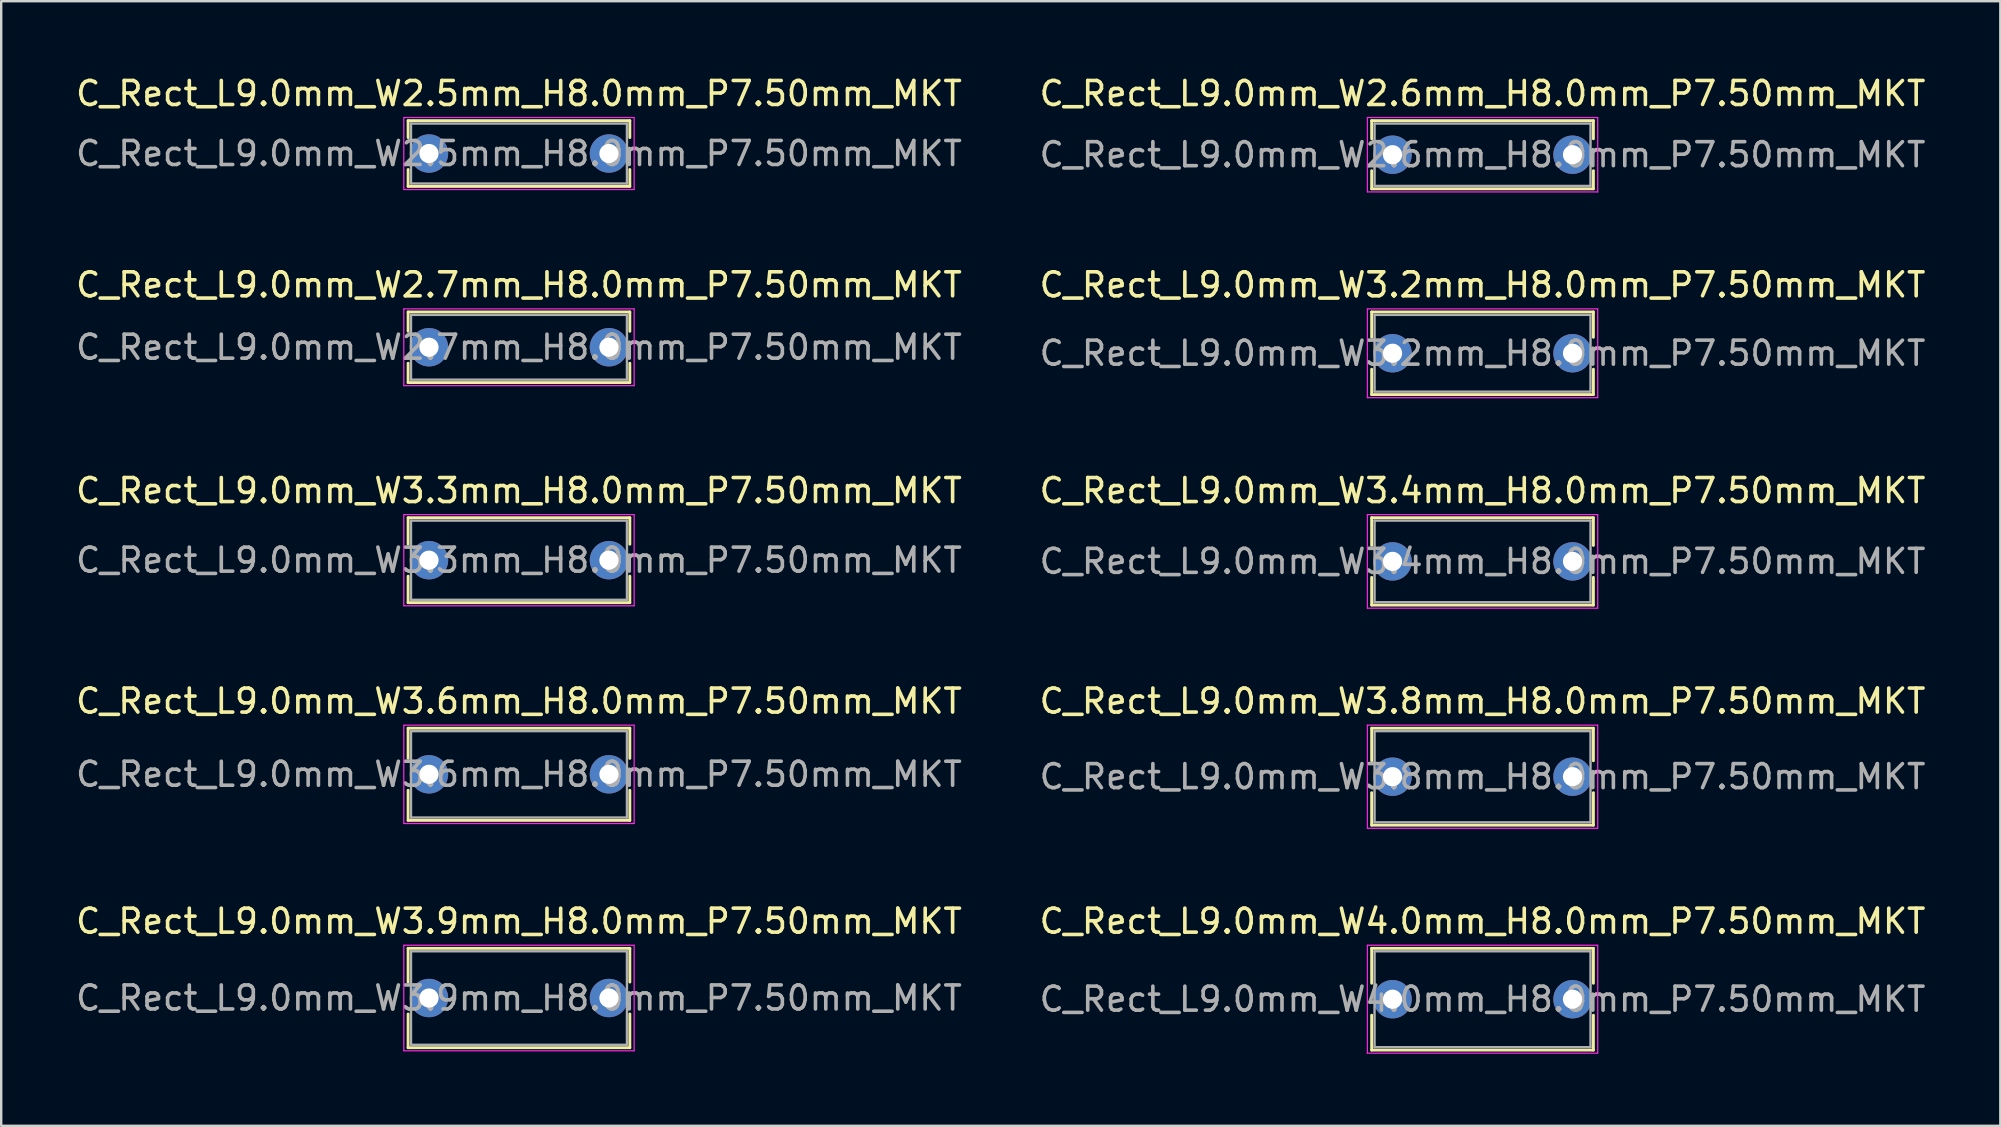
<source format=kicad_pcb>
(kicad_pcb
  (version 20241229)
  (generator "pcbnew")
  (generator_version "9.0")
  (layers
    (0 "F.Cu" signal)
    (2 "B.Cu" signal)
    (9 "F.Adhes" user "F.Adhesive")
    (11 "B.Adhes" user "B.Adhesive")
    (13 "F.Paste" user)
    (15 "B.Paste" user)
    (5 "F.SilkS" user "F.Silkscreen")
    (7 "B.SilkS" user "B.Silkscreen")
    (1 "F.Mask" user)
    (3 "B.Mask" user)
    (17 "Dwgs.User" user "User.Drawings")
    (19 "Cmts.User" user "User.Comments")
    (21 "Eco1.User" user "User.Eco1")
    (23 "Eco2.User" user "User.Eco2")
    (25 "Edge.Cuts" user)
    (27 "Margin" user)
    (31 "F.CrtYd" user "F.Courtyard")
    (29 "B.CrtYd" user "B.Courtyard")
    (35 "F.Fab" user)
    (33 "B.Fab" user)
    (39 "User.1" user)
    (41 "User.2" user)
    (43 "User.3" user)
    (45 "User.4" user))
  (footprint "C_Rect_L9.0mm_W4.0mm_H8.0mm_P7.50mm_MKT"
    (layer "F.Cu")
    (at 54.982 38.591)
    (property "Reference" "C_Rect_L9.0mm_W4.0mm_H8.0mm_P7.50mm_MKT" (at 3.75 -3.25 0) (layer "F.SilkS") (effects (font (size 1 1) (thickness 0.15))))
    (attr through_hole)
    (fp_line (start -0.87 -2.12) (end -0.87 -0.665) (stroke (width 0.12) (type solid)) (layer "F.SilkS"))
    (fp_line (start -0.87 -2.12) (end 8.37 -2.12) (stroke (width 0.12) (type solid)) (layer "F.SilkS"))
    (fp_line (start -0.87 0.665) (end -0.87 2.12) (stroke (width 0.12) (type solid)) (layer "F.SilkS"))
    (fp_line (start -0.87 2.12) (end 8.37 2.12) (stroke (width 0.12) (type solid)) (layer "F.SilkS"))
    (fp_line (start 8.37 -2.12) (end 8.37 -0.665) (stroke (width 0.12) (type solid)) (layer "F.SilkS"))
    (fp_line (start 8.37 0.665) (end 8.37 2.12) (stroke (width 0.12) (type solid)) (layer "F.SilkS"))
    (fp_line (start -1.05 -2.25) (end -1.05 2.25) (stroke (width 0.05) (type solid)) (layer "F.CrtYd"))
    (fp_line (start -1.05 2.25) (end 8.55 2.25) (stroke (width 0.05) (type solid)) (layer "F.CrtYd"))
    (fp_line (start 8.55 -2.25) (end -1.05 -2.25) (stroke (width 0.05) (type solid)) (layer "F.CrtYd"))
    (fp_line (start 8.55 2.25) (end 8.55 -2.25) (stroke (width 0.05) (type solid)) (layer "F.CrtYd"))
    (fp_line (start -0.75 -2) (end -0.75 2) (stroke (width 0.1) (type solid)) (layer "F.Fab"))
    (fp_line (start -0.75 2) (end 8.25 2) (stroke (width 0.1) (type solid)) (layer "F.Fab"))
    (fp_line (start 8.25 -2) (end -0.75 -2) (stroke (width 0.1) (type solid)) (layer "F.Fab"))
    (fp_line (start 8.25 2) (end 8.25 -2) (stroke (width 0.1) (type solid)) (layer "F.Fab"))
    (fp_text user "${REFERENCE}" (at 3.75 0 0) (layer "F.Fab") (effects (font (size 1 1) (thickness 0.15))))
    (pad "1" thru_hole circle (at 0 0) (size 1.6 1.6) (drill 0.8) (layers "*.Cu" "*.Mask"))
    (pad "2" thru_hole circle (at 7.5 0) (size 1.6 1.6) (drill 0.8) (layers "*.Cu" "*.Mask")))
  (footprint "C_Rect_L9.0mm_W3.4mm_H8.0mm_P7.50mm_MKT"
    (layer "F.Cu")
    (at 54.982 20.345)
    (property "Reference" "C_Rect_L9.0mm_W3.4mm_H8.0mm_P7.50mm_MKT" (at 3.75 -2.95 0) (layer "F.SilkS") (effects (font (size 1 1) (thickness 0.15))))
    (attr through_hole)
    (fp_line (start -0.87 -1.82) (end -0.87 -0.665) (stroke (width 0.12) (type solid)) (layer "F.SilkS"))
    (fp_line (start -0.87 -1.82) (end 8.37 -1.82) (stroke (width 0.12) (type solid)) (layer "F.SilkS"))
    (fp_line (start -0.87 0.665) (end -0.87 1.82) (stroke (width 0.12) (type solid)) (layer "F.SilkS"))
    (fp_line (start -0.87 1.82) (end 8.37 1.82) (stroke (width 0.12) (type solid)) (layer "F.SilkS"))
    (fp_line (start 8.37 -1.82) (end 8.37 -0.665) (stroke (width 0.12) (type solid)) (layer "F.SilkS"))
    (fp_line (start 8.37 0.665) (end 8.37 1.82) (stroke (width 0.12) (type solid)) (layer "F.SilkS"))
    (fp_line (start -1.05 -1.95) (end -1.05 1.95) (stroke (width 0.05) (type solid)) (layer "F.CrtYd"))
    (fp_line (start -1.05 1.95) (end 8.55 1.95) (stroke (width 0.05) (type solid)) (layer "F.CrtYd"))
    (fp_line (start 8.55 -1.95) (end -1.05 -1.95) (stroke (width 0.05) (type solid)) (layer "F.CrtYd"))
    (fp_line (start 8.55 1.95) (end 8.55 -1.95) (stroke (width 0.05) (type solid)) (layer "F.CrtYd"))
    (fp_line (start -0.75 -1.7) (end -0.75 1.7) (stroke (width 0.1) (type solid)) (layer "F.Fab"))
    (fp_line (start -0.75 1.7) (end 8.25 1.7) (stroke (width 0.1) (type solid)) (layer "F.Fab"))
    (fp_line (start 8.25 -1.7) (end -0.75 -1.7) (stroke (width 0.1) (type solid)) (layer "F.Fab"))
    (fp_line (start 8.25 1.7) (end 8.25 -1.7) (stroke (width 0.1) (type solid)) (layer "F.Fab"))
    (fp_text user "${REFERENCE}" (at 3.75 0 0) (layer "F.Fab") (effects (font (size 1 1) (thickness 0.15))))
    (pad "1" thru_hole circle (at 0 0) (size 1.6 1.6) (drill 0.8) (layers "*.Cu" "*.Mask"))
    (pad "2" thru_hole circle (at 7.5 0) (size 1.6 1.6) (drill 0.8) (layers "*.Cu" "*.Mask")))
  (footprint "C_Rect_L9.0mm_W3.6mm_H8.0mm_P7.50mm_MKT"
    (layer "F.Cu")
    (at 14.827 29.218)
    (property "Reference" "C_Rect_L9.0mm_W3.6mm_H8.0mm_P7.50mm_MKT" (at 3.75 -3.05 0) (layer "F.SilkS") (effects (font (size 1 1) (thickness 0.15))))
    (attr through_hole)
    (fp_line (start -0.87 -1.92) (end -0.87 -0.665) (stroke (width 0.12) (type solid)) (layer "F.SilkS"))
    (fp_line (start -0.87 -1.92) (end 8.37 -1.92) (stroke (width 0.12) (type solid)) (layer "F.SilkS"))
    (fp_line (start -0.87 0.665) (end -0.87 1.92) (stroke (width 0.12) (type solid)) (layer "F.SilkS"))
    (fp_line (start -0.87 1.92) (end 8.37 1.92) (stroke (width 0.12) (type solid)) (layer "F.SilkS"))
    (fp_line (start 8.37 -1.92) (end 8.37 -0.665) (stroke (width 0.12) (type solid)) (layer "F.SilkS"))
    (fp_line (start 8.37 0.665) (end 8.37 1.92) (stroke (width 0.12) (type solid)) (layer "F.SilkS"))
    (fp_line (start -1.05 -2.05) (end -1.05 2.05) (stroke (width 0.05) (type solid)) (layer "F.CrtYd"))
    (fp_line (start -1.05 2.05) (end 8.55 2.05) (stroke (width 0.05) (type solid)) (layer "F.CrtYd"))
    (fp_line (start 8.55 -2.05) (end -1.05 -2.05) (stroke (width 0.05) (type solid)) (layer "F.CrtYd"))
    (fp_line (start 8.55 2.05) (end 8.55 -2.05) (stroke (width 0.05) (type solid)) (layer "F.CrtYd"))
    (fp_line (start -0.75 -1.8) (end -0.75 1.8) (stroke (width 0.1) (type solid)) (layer "F.Fab"))
    (fp_line (start -0.75 1.8) (end 8.25 1.8) (stroke (width 0.1) (type solid)) (layer "F.Fab"))
    (fp_line (start 8.25 -1.8) (end -0.75 -1.8) (stroke (width 0.1) (type solid)) (layer "F.Fab"))
    (fp_line (start 8.25 1.8) (end 8.25 -1.8) (stroke (width 0.1) (type solid)) (layer "F.Fab"))
    (fp_text user "${REFERENCE}" (at 3.75 0 0) (layer "F.Fab") (effects (font (size 1 1) (thickness 0.15))))
    (pad "1" thru_hole circle (at 0 0) (size 1.6 1.6) (drill 0.8) (layers "*.Cu" "*.Mask"))
    (pad "2" thru_hole circle (at 7.5 0) (size 1.6 1.6) (drill 0.8) (layers "*.Cu" "*.Mask")))
  (footprint "C_Rect_L9.0mm_W3.3mm_H8.0mm_P7.50mm_MKT"
    (layer "F.Cu")
    (at 14.827 20.295)
    (property "Reference" "C_Rect_L9.0mm_W3.3mm_H8.0mm_P7.50mm_MKT" (at 3.75 -2.9 0) (layer "F.SilkS") (effects (font (size 1 1) (thickness 0.15))))
    (attr through_hole)
    (fp_line (start -0.87 -1.77) (end -0.87 -0.665) (stroke (width 0.12) (type solid)) (layer "F.SilkS"))
    (fp_line (start -0.87 -1.77) (end 8.37 -1.77) (stroke (width 0.12) (type solid)) (layer "F.SilkS"))
    (fp_line (start -0.87 0.665) (end -0.87 1.77) (stroke (width 0.12) (type solid)) (layer "F.SilkS"))
    (fp_line (start -0.87 1.77) (end 8.37 1.77) (stroke (width 0.12) (type solid)) (layer "F.SilkS"))
    (fp_line (start 8.37 -1.77) (end 8.37 -0.665) (stroke (width 0.12) (type solid)) (layer "F.SilkS"))
    (fp_line (start 8.37 0.665) (end 8.37 1.77) (stroke (width 0.12) (type solid)) (layer "F.SilkS"))
    (fp_line (start -1.05 -1.9) (end -1.05 1.9) (stroke (width 0.05) (type solid)) (layer "F.CrtYd"))
    (fp_line (start -1.05 1.9) (end 8.55 1.9) (stroke (width 0.05) (type solid)) (layer "F.CrtYd"))
    (fp_line (start 8.55 -1.9) (end -1.05 -1.9) (stroke (width 0.05) (type solid)) (layer "F.CrtYd"))
    (fp_line (start 8.55 1.9) (end 8.55 -1.9) (stroke (width 0.05) (type solid)) (layer "F.CrtYd"))
    (fp_line (start -0.75 -1.65) (end -0.75 1.65) (stroke (width 0.1) (type solid)) (layer "F.Fab"))
    (fp_line (start -0.75 1.65) (end 8.25 1.65) (stroke (width 0.1) (type solid)) (layer "F.Fab"))
    (fp_line (start 8.25 -1.65) (end -0.75 -1.65) (stroke (width 0.1) (type solid)) (layer "F.Fab"))
    (fp_line (start 8.25 1.65) (end 8.25 -1.65) (stroke (width 0.1) (type solid)) (layer "F.Fab"))
    (fp_text user "${REFERENCE}" (at 3.75 0 0) (layer "F.Fab") (effects (font (size 1 1) (thickness 0.15))))
    (pad "1" thru_hole circle (at 0 0) (size 1.6 1.6) (drill 0.8) (layers "*.Cu" "*.Mask"))
    (pad "2" thru_hole circle (at 7.5 0) (size 1.6 1.6) (drill 0.8) (layers "*.Cu" "*.Mask")))
  (footprint "C_Rect_L9.0mm_W3.8mm_H8.0mm_P7.50mm_MKT"
    (layer "F.Cu")
    (at 54.982 29.318)
    (property "Reference" "C_Rect_L9.0mm_W3.8mm_H8.0mm_P7.50mm_MKT" (at 3.75 -3.15 0) (layer "F.SilkS") (effects (font (size 1 1) (thickness 0.15))))
    (attr through_hole)
    (fp_line (start -0.87 -2.02) (end -0.87 -0.665) (stroke (width 0.12) (type solid)) (layer "F.SilkS"))
    (fp_line (start -0.87 -2.02) (end 8.37 -2.02) (stroke (width 0.12) (type solid)) (layer "F.SilkS"))
    (fp_line (start -0.87 0.665) (end -0.87 2.02) (stroke (width 0.12) (type solid)) (layer "F.SilkS"))
    (fp_line (start -0.87 2.02) (end 8.37 2.02) (stroke (width 0.12) (type solid)) (layer "F.SilkS"))
    (fp_line (start 8.37 -2.02) (end 8.37 -0.665) (stroke (width 0.12) (type solid)) (layer "F.SilkS"))
    (fp_line (start 8.37 0.665) (end 8.37 2.02) (stroke (width 0.12) (type solid)) (layer "F.SilkS"))
    (fp_line (start -1.05 -2.15) (end -1.05 2.15) (stroke (width 0.05) (type solid)) (layer "F.CrtYd"))
    (fp_line (start -1.05 2.15) (end 8.55 2.15) (stroke (width 0.05) (type solid)) (layer "F.CrtYd"))
    (fp_line (start 8.55 -2.15) (end -1.05 -2.15) (stroke (width 0.05) (type solid)) (layer "F.CrtYd"))
    (fp_line (start 8.55 2.15) (end 8.55 -2.15) (stroke (width 0.05) (type solid)) (layer "F.CrtYd"))
    (fp_line (start -0.75 -1.9) (end -0.75 1.9) (stroke (width 0.1) (type solid)) (layer "F.Fab"))
    (fp_line (start -0.75 1.9) (end 8.25 1.9) (stroke (width 0.1) (type solid)) (layer "F.Fab"))
    (fp_line (start 8.25 -1.9) (end -0.75 -1.9) (stroke (width 0.1) (type solid)) (layer "F.Fab"))
    (fp_line (start 8.25 1.9) (end 8.25 -1.9) (stroke (width 0.1) (type solid)) (layer "F.Fab"))
    (fp_text user "${REFERENCE}" (at 3.75 0 0) (layer "F.Fab") (effects (font (size 1 1) (thickness 0.15))))
    (pad "1" thru_hole circle (at 0 0) (size 1.6 1.6) (drill 0.8) (layers "*.Cu" "*.Mask"))
    (pad "2" thru_hole circle (at 7.5 0) (size 1.6 1.6) (drill 0.8) (layers "*.Cu" "*.Mask")))
  (footprint "C_Rect_L9.0mm_W3.9mm_H8.0mm_P7.50mm_MKT"
    (layer "F.Cu")
    (at 14.827 38.541)
    (property "Reference" "C_Rect_L9.0mm_W3.9mm_H8.0mm_P7.50mm_MKT" (at 3.75 -3.2 0) (layer "F.SilkS") (effects (font (size 1 1) (thickness 0.15))))
    (attr through_hole)
    (fp_line (start -0.87 -2.07) (end -0.87 -0.665) (stroke (width 0.12) (type solid)) (layer "F.SilkS"))
    (fp_line (start -0.87 -2.07) (end 8.37 -2.07) (stroke (width 0.12) (type solid)) (layer "F.SilkS"))
    (fp_line (start -0.87 0.665) (end -0.87 2.07) (stroke (width 0.12) (type solid)) (layer "F.SilkS"))
    (fp_line (start -0.87 2.07) (end 8.37 2.07) (stroke (width 0.12) (type solid)) (layer "F.SilkS"))
    (fp_line (start 8.37 -2.07) (end 8.37 -0.665) (stroke (width 0.12) (type solid)) (layer "F.SilkS"))
    (fp_line (start 8.37 0.665) (end 8.37 2.07) (stroke (width 0.12) (type solid)) (layer "F.SilkS"))
    (fp_line (start -1.05 -2.2) (end -1.05 2.2) (stroke (width 0.05) (type solid)) (layer "F.CrtYd"))
    (fp_line (start -1.05 2.2) (end 8.55 2.2) (stroke (width 0.05) (type solid)) (layer "F.CrtYd"))
    (fp_line (start 8.55 -2.2) (end -1.05 -2.2) (stroke (width 0.05) (type solid)) (layer "F.CrtYd"))
    (fp_line (start 8.55 2.2) (end 8.55 -2.2) (stroke (width 0.05) (type solid)) (layer "F.CrtYd"))
    (fp_line (start -0.75 -1.95) (end -0.75 1.95) (stroke (width 0.1) (type solid)) (layer "F.Fab"))
    (fp_line (start -0.75 1.95) (end 8.25 1.95) (stroke (width 0.1) (type solid)) (layer "F.Fab"))
    (fp_line (start 8.25 -1.95) (end -0.75 -1.95) (stroke (width 0.1) (type solid)) (layer "F.Fab"))
    (fp_line (start 8.25 1.95) (end 8.25 -1.95) (stroke (width 0.1) (type solid)) (layer "F.Fab"))
    (fp_text user "${REFERENCE}" (at 3.75 0 0) (layer "F.Fab") (effects (font (size 1 1) (thickness 0.15))))
    (pad "1" thru_hole circle (at 0 0) (size 1.6 1.6) (drill 0.8) (layers "*.Cu" "*.Mask"))
    (pad "2" thru_hole circle (at 7.5 0) (size 1.6 1.6) (drill 0.8) (layers "*.Cu" "*.Mask")))
  (footprint "C_Rect_L9.0mm_W2.5mm_H8.0mm_P7.50mm_MKT"
    (layer "F.Cu")
    (at 14.827 3.348)
    (property "Reference" "C_Rect_L9.0mm_W2.5mm_H8.0mm_P7.50mm_MKT" (at 3.75 -2.5 0) (layer "F.SilkS") (effects (font (size 1 1) (thickness 0.15))))
    (attr through_hole)
    (fp_line (start -0.87 -1.37) (end -0.87 -0.665) (stroke (width 0.12) (type solid)) (layer "F.SilkS"))
    (fp_line (start -0.87 -1.37) (end 8.37 -1.37) (stroke (width 0.12) (type solid)) (layer "F.SilkS"))
    (fp_line (start -0.87 0.665) (end -0.87 1.37) (stroke (width 0.12) (type solid)) (layer "F.SilkS"))
    (fp_line (start -0.87 1.37) (end 8.37 1.37) (stroke (width 0.12) (type solid)) (layer "F.SilkS"))
    (fp_line (start 8.37 -1.37) (end 8.37 -0.665) (stroke (width 0.12) (type solid)) (layer "F.SilkS"))
    (fp_line (start 8.37 0.665) (end 8.37 1.37) (stroke (width 0.12) (type solid)) (layer "F.SilkS"))
    (fp_line (start -1.05 -1.5) (end -1.05 1.5) (stroke (width 0.05) (type solid)) (layer "F.CrtYd"))
    (fp_line (start -1.05 1.5) (end 8.55 1.5) (stroke (width 0.05) (type solid)) (layer "F.CrtYd"))
    (fp_line (start 8.55 -1.5) (end -1.05 -1.5) (stroke (width 0.05) (type solid)) (layer "F.CrtYd"))
    (fp_line (start 8.55 1.5) (end 8.55 -1.5) (stroke (width 0.05) (type solid)) (layer "F.CrtYd"))
    (fp_line (start -0.75 -1.25) (end -0.75 1.25) (stroke (width 0.1) (type solid)) (layer "F.Fab"))
    (fp_line (start -0.75 1.25) (end 8.25 1.25) (stroke (width 0.1) (type solid)) (layer "F.Fab"))
    (fp_line (start 8.25 -1.25) (end -0.75 -1.25) (stroke (width 0.1) (type solid)) (layer "F.Fab"))
    (fp_line (start 8.25 1.25) (end 8.25 -1.25) (stroke (width 0.1) (type solid)) (layer "F.Fab"))
    (fp_text user "${REFERENCE}" (at 3.75 0 0) (layer "F.Fab") (effects (font (size 1 1) (thickness 0.15))))
    (pad "1" thru_hole circle (at 0 0) (size 1.6 1.6) (drill 0.8) (layers "*.Cu" "*.Mask"))
    (pad "2" thru_hole circle (at 7.5 0) (size 1.6 1.6) (drill 0.8) (layers "*.Cu" "*.Mask")))
  (footprint "C_Rect_L9.0mm_W3.2mm_H8.0mm_P7.50mm_MKT"
    (layer "F.Cu")
    (at 54.982 11.671)
    (property "Reference" "C_Rect_L9.0mm_W3.2mm_H8.0mm_P7.50mm_MKT" (at 3.75 -2.85 0) (layer "F.SilkS") (effects (font (size 1 1) (thickness 0.15))))
    (attr through_hole)
    (fp_line (start -0.87 -1.721) (end -0.87 -0.665) (stroke (width 0.12) (type solid)) (layer "F.SilkS"))
    (fp_line (start -0.87 -1.721) (end 8.37 -1.721) (stroke (width 0.12) (type solid)) (layer "F.SilkS"))
    (fp_line (start -0.87 0.665) (end -0.87 1.721) (stroke (width 0.12) (type solid)) (layer "F.SilkS"))
    (fp_line (start -0.87 1.721) (end 8.37 1.721) (stroke (width 0.12) (type solid)) (layer "F.SilkS"))
    (fp_line (start 8.37 -1.721) (end 8.37 -0.665) (stroke (width 0.12) (type solid)) (layer "F.SilkS"))
    (fp_line (start 8.37 0.665) (end 8.37 1.721) (stroke (width 0.12) (type solid)) (layer "F.SilkS"))
    (fp_line (start -1.05 -1.85) (end -1.05 1.85) (stroke (width 0.05) (type solid)) (layer "F.CrtYd"))
    (fp_line (start -1.05 1.85) (end 8.55 1.85) (stroke (width 0.05) (type solid)) (layer "F.CrtYd"))
    (fp_line (start 8.55 -1.85) (end -1.05 -1.85) (stroke (width 0.05) (type solid)) (layer "F.CrtYd"))
    (fp_line (start 8.55 1.85) (end 8.55 -1.85) (stroke (width 0.05) (type solid)) (layer "F.CrtYd"))
    (fp_line (start -0.75 -1.6) (end -0.75 1.6) (stroke (width 0.1) (type solid)) (layer "F.Fab"))
    (fp_line (start -0.75 1.6) (end 8.25 1.6) (stroke (width 0.1) (type solid)) (layer "F.Fab"))
    (fp_line (start 8.25 -1.6) (end -0.75 -1.6) (stroke (width 0.1) (type solid)) (layer "F.Fab"))
    (fp_line (start 8.25 1.6) (end 8.25 -1.6) (stroke (width 0.1) (type solid)) (layer "F.Fab"))
    (fp_text user "${REFERENCE}" (at 3.75 0 0) (layer "F.Fab") (effects (font (size 1 1) (thickness 0.15))))
    (pad "1" thru_hole circle (at 0 0) (size 1.6 1.6) (drill 0.8) (layers "*.Cu" "*.Mask"))
    (pad "2" thru_hole circle (at 7.5 0) (size 1.6 1.6) (drill 0.8) (layers "*.Cu" "*.Mask")))
  (footprint "C_Rect_L9.0mm_W2.6mm_H8.0mm_P7.50mm_MKT"
    (layer "F.Cu")
    (at 54.982 3.398)
    (property "Reference" "C_Rect_L9.0mm_W2.6mm_H8.0mm_P7.50mm_MKT" (at 3.75 -2.55 0) (layer "F.SilkS") (effects (font (size 1 1) (thickness 0.15))))
    (attr through_hole)
    (fp_line (start -0.87 -1.42) (end -0.87 -0.665) (stroke (width 0.12) (type solid)) (layer "F.SilkS"))
    (fp_line (start -0.87 -1.42) (end 8.37 -1.42) (stroke (width 0.12) (type solid)) (layer "F.SilkS"))
    (fp_line (start -0.87 0.665) (end -0.87 1.42) (stroke (width 0.12) (type solid)) (layer "F.SilkS"))
    (fp_line (start -0.87 1.42) (end 8.37 1.42) (stroke (width 0.12) (type solid)) (layer "F.SilkS"))
    (fp_line (start 8.37 -1.42) (end 8.37 -0.665) (stroke (width 0.12) (type solid)) (layer "F.SilkS"))
    (fp_line (start 8.37 0.665) (end 8.37 1.42) (stroke (width 0.12) (type solid)) (layer "F.SilkS"))
    (fp_line (start -1.05 -1.55) (end -1.05 1.55) (stroke (width 0.05) (type solid)) (layer "F.CrtYd"))
    (fp_line (start -1.05 1.55) (end 8.55 1.55) (stroke (width 0.05) (type solid)) (layer "F.CrtYd"))
    (fp_line (start 8.55 -1.55) (end -1.05 -1.55) (stroke (width 0.05) (type solid)) (layer "F.CrtYd"))
    (fp_line (start 8.55 1.55) (end 8.55 -1.55) (stroke (width 0.05) (type solid)) (layer "F.CrtYd"))
    (fp_line (start -0.75 -1.3) (end -0.75 1.3) (stroke (width 0.1) (type solid)) (layer "F.Fab"))
    (fp_line (start -0.75 1.3) (end 8.25 1.3) (stroke (width 0.1) (type solid)) (layer "F.Fab"))
    (fp_line (start 8.25 -1.3) (end -0.75 -1.3) (stroke (width 0.1) (type solid)) (layer "F.Fab"))
    (fp_line (start 8.25 1.3) (end 8.25 -1.3) (stroke (width 0.1) (type solid)) (layer "F.Fab"))
    (fp_text user "${REFERENCE}" (at 3.75 0 0) (layer "F.Fab") (effects (font (size 1 1) (thickness 0.15))))
    (pad "1" thru_hole circle (at 0 0) (size 1.6 1.6) (drill 0.8) (layers "*.Cu" "*.Mask"))
    (pad "2" thru_hole circle (at 7.5 0) (size 1.6 1.6) (drill 0.8) (layers "*.Cu" "*.Mask")))
  (footprint "C_Rect_L9.0mm_W2.7mm_H8.0mm_P7.50mm_MKT"
    (layer "F.Cu")
    (at 14.827 11.421)
    (property "Reference" "C_Rect_L9.0mm_W2.7mm_H8.0mm_P7.50mm_MKT" (at 3.75 -2.6 0) (layer "F.SilkS") (effects (font (size 1 1) (thickness 0.15))))
    (attr through_hole)
    (fp_line (start -0.87 -1.471) (end -0.87 -0.665) (stroke (width 0.12) (type solid)) (layer "F.SilkS"))
    (fp_line (start -0.87 -1.471) (end 8.37 -1.471) (stroke (width 0.12) (type solid)) (layer "F.SilkS"))
    (fp_line (start -0.87 0.665) (end -0.87 1.471) (stroke (width 0.12) (type solid)) (layer "F.SilkS"))
    (fp_line (start -0.87 1.471) (end 8.37 1.471) (stroke (width 0.12) (type solid)) (layer "F.SilkS"))
    (fp_line (start 8.37 -1.471) (end 8.37 -0.665) (stroke (width 0.12) (type solid)) (layer "F.SilkS"))
    (fp_line (start 8.37 0.665) (end 8.37 1.471) (stroke (width 0.12) (type solid)) (layer "F.SilkS"))
    (fp_line (start -1.05 -1.6) (end -1.05 1.6) (stroke (width 0.05) (type solid)) (layer "F.CrtYd"))
    (fp_line (start -1.05 1.6) (end 8.55 1.6) (stroke (width 0.05) (type solid)) (layer "F.CrtYd"))
    (fp_line (start 8.55 -1.6) (end -1.05 -1.6) (stroke (width 0.05) (type solid)) (layer "F.CrtYd"))
    (fp_line (start 8.55 1.6) (end 8.55 -1.6) (stroke (width 0.05) (type solid)) (layer "F.CrtYd"))
    (fp_line (start -0.75 -1.35) (end -0.75 1.35) (stroke (width 0.1) (type solid)) (layer "F.Fab"))
    (fp_line (start -0.75 1.35) (end 8.25 1.35) (stroke (width 0.1) (type solid)) (layer "F.Fab"))
    (fp_line (start 8.25 -1.35) (end -0.75 -1.35) (stroke (width 0.1) (type solid)) (layer "F.Fab"))
    (fp_line (start 8.25 1.35) (end 8.25 -1.35) (stroke (width 0.1) (type solid)) (layer "F.Fab"))
    (fp_text user "${REFERENCE}" (at 3.75 0 0) (layer "F.Fab") (effects (font (size 1 1) (thickness 0.15))))
    (pad "1" thru_hole circle (at 0 0) (size 1.6 1.6) (drill 0.8) (layers "*.Cu" "*.Mask"))
    (pad "2" thru_hole circle (at 7.5 0) (size 1.6 1.6) (drill 0.8) (layers "*.Cu" "*.Mask")))
  (gr_rect
    (start -3 -3)
    (end 80.31 43.866)
    (stroke (width 0.1) (type default))
    (fill no)
    (layer "Edge.Cuts")))
</source>
